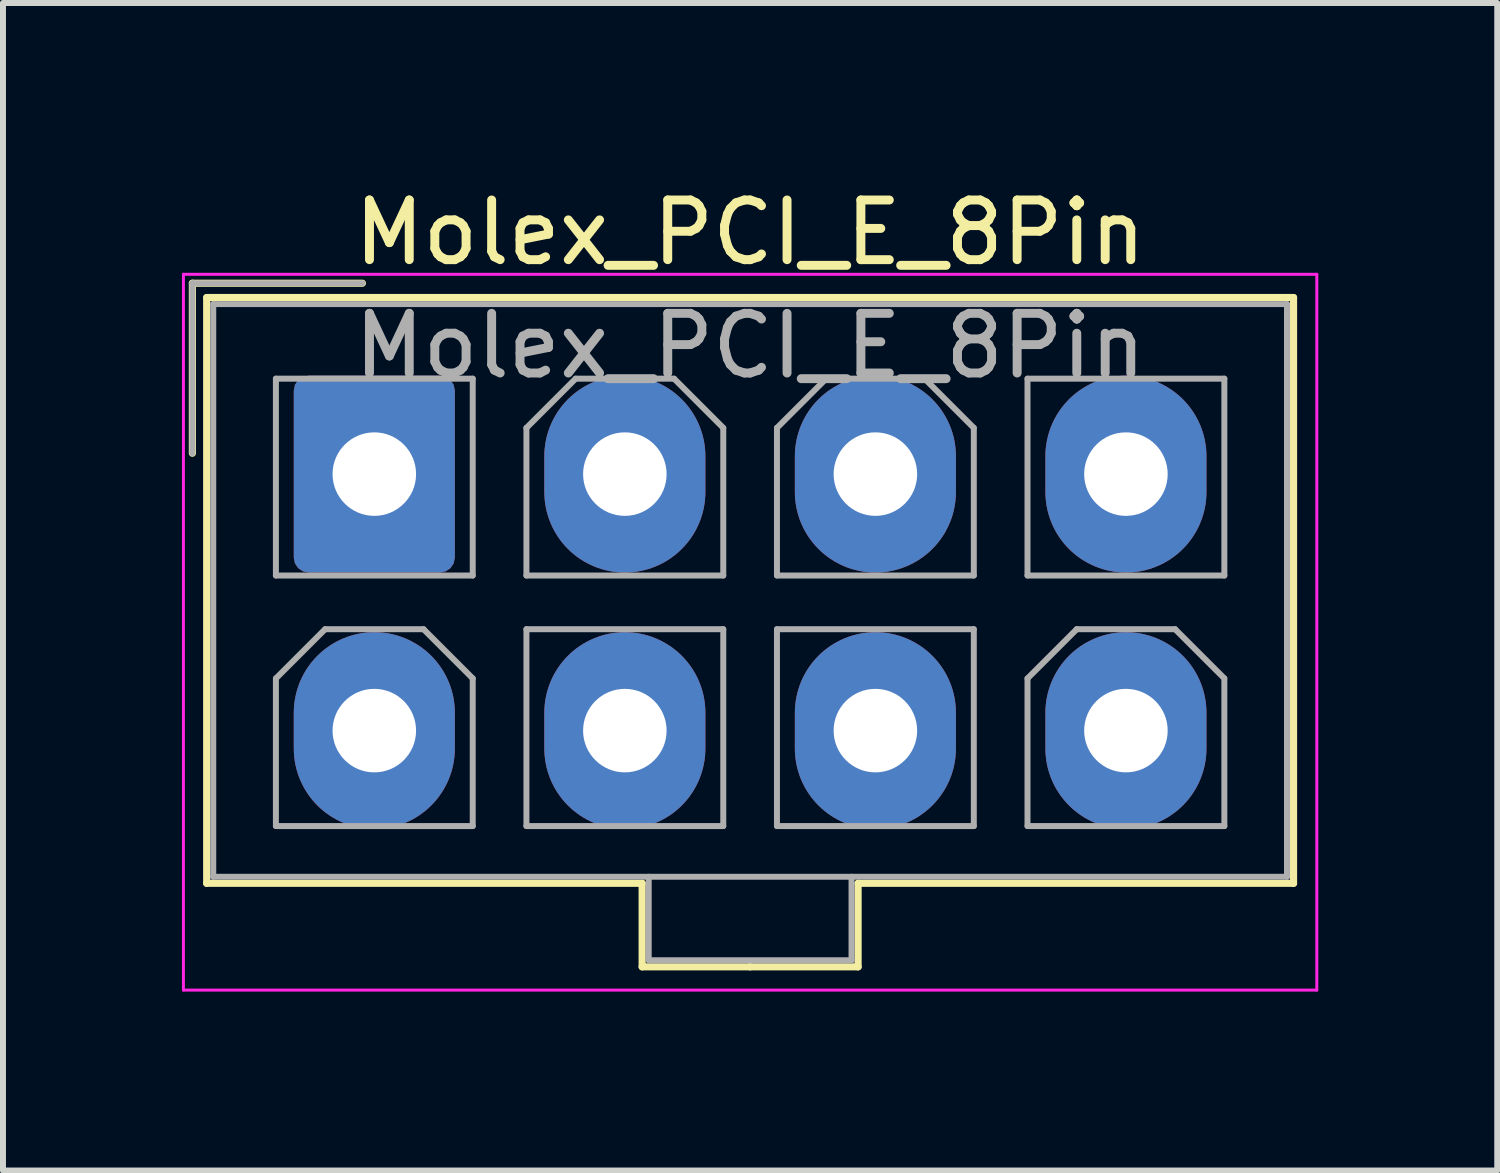
<source format=kicad_pcb>
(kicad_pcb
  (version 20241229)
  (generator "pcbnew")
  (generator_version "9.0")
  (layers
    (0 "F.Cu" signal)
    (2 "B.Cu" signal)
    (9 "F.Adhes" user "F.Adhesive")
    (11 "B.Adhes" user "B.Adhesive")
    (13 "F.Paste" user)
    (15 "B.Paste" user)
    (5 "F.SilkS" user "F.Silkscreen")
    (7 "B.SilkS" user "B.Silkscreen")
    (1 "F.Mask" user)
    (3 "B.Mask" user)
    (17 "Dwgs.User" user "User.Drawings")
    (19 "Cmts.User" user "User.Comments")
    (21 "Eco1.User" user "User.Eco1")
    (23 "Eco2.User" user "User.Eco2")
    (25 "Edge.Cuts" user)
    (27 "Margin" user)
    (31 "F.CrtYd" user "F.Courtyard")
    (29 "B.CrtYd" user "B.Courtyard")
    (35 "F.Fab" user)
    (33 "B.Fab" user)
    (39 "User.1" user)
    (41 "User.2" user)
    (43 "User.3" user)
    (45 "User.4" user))
  (footprint "Molex_PCI_E_8Pin"
    (layer "F.Cu")
    (at 3.225 4.298)
    (property "Reference" "Molex_PCI_E_8Pin" (at 6.3 -3.45 0) (layer "F.SilkS") (effects (font (size 1 1) (thickness 0.15))))
    (attr through_hole)
    (fp_line (start -3.05 -2.6) (end -3.05 0.25) (stroke (width 0.12) (type solid)) (layer "F.SilkS"))
    (fp_line (start -2.81 -2.36) (end -2.81 7.46) (stroke (width 0.12) (type solid)) (layer "F.SilkS"))
    (fp_line (start -2.81 7.46) (end 4.49 7.46) (stroke (width 0.12) (type solid)) (layer "F.SilkS"))
    (fp_line (start -0.2 -2.6) (end -3.05 -2.6) (stroke (width 0.12) (type solid)) (layer "F.SilkS"))
    (fp_line (start 4.49 7.46) (end 4.49 8.86) (stroke (width 0.12) (type solid)) (layer "F.SilkS"))
    (fp_line (start 4.49 8.86) (end 6.3 8.86) (stroke (width 0.12) (type solid)) (layer "F.SilkS"))
    (fp_line (start 6.3 -2.36) (end -2.81 -2.36) (stroke (width 0.12) (type solid)) (layer "F.SilkS"))
    (fp_line (start 6.3 -2.36) (end 15.41 -2.36) (stroke (width 0.12) (type solid)) (layer "F.SilkS"))
    (fp_line (start 8.11 7.46) (end 8.11 8.86) (stroke (width 0.12) (type solid)) (layer "F.SilkS"))
    (fp_line (start 8.11 8.86) (end 6.3 8.86) (stroke (width 0.12) (type solid)) (layer "F.SilkS"))
    (fp_line (start 15.41 -2.36) (end 15.41 7.46) (stroke (width 0.12) (type solid)) (layer "F.SilkS"))
    (fp_line (start 15.41 7.46) (end 8.11 7.46) (stroke (width 0.12) (type solid)) (layer "F.SilkS"))
    (fp_line (start -3.2 -2.75) (end -3.2 9.25) (stroke (width 0.05) (type solid)) (layer "F.CrtYd"))
    (fp_line (start -3.2 9.25) (end 15.8 9.25) (stroke (width 0.05) (type solid)) (layer "F.CrtYd"))
    (fp_line (start 15.8 -2.75) (end -3.2 -2.75) (stroke (width 0.05) (type solid)) (layer "F.CrtYd"))
    (fp_line (start 15.8 9.25) (end 15.8 -2.75) (stroke (width 0.05) (type solid)) (layer "F.CrtYd"))
    (fp_line (start -3.05 -2.6) (end -3.05 0.25) (stroke (width 0.1) (type solid)) (layer "F.Fab"))
    (fp_line (start -2.7 -2.25) (end -2.7 7.35) (stroke (width 0.1) (type solid)) (layer "F.Fab"))
    (fp_line (start -2.7 7.35) (end 15.3 7.35) (stroke (width 0.1) (type solid)) (layer "F.Fab"))
    (fp_line (start -1.65 -1) (end -1.65 2.3) (stroke (width 0.1) (type solid)) (layer "F.Fab"))
    (fp_line (start -1.65 2.3) (end 1.65 2.3) (stroke (width 0.1) (type solid)) (layer "F.Fab"))
    (fp_line (start -1.65 4.025) (end -0.825 3.2) (stroke (width 0.1) (type solid)) (layer "F.Fab"))
    (fp_line (start -1.65 6.5) (end -1.65 4.025) (stroke (width 0.1) (type solid)) (layer "F.Fab"))
    (fp_line (start -0.825 3.2) (end 0.825 3.2) (stroke (width 0.1) (type solid)) (layer "F.Fab"))
    (fp_line (start -0.2 -2.6) (end -3.05 -2.6) (stroke (width 0.1) (type solid)) (layer "F.Fab"))
    (fp_line (start 0.825 3.2) (end 1.65 4.025) (stroke (width 0.1) (type solid)) (layer "F.Fab"))
    (fp_line (start 1.65 -1) (end -1.65 -1) (stroke (width 0.1) (type solid)) (layer "F.Fab"))
    (fp_line (start 1.65 2.3) (end 1.65 -1) (stroke (width 0.1) (type solid)) (layer "F.Fab"))
    (fp_line (start 1.65 4.025) (end 1.65 6.5) (stroke (width 0.1) (type solid)) (layer "F.Fab"))
    (fp_line (start 1.65 6.5) (end -1.65 6.5) (stroke (width 0.1) (type solid)) (layer "F.Fab"))
    (fp_line (start 2.55 -0.175) (end 3.375 -1) (stroke (width 0.1) (type solid)) (layer "F.Fab"))
    (fp_line (start 2.55 2.3) (end 2.55 -0.175) (stroke (width 0.1) (type solid)) (layer "F.Fab"))
    (fp_line (start 2.55 3.2) (end 2.55 6.5) (stroke (width 0.1) (type solid)) (layer "F.Fab"))
    (fp_line (start 2.55 6.5) (end 5.85 6.5) (stroke (width 0.1) (type solid)) (layer "F.Fab"))
    (fp_line (start 3.375 -1) (end 5.025 -1) (stroke (width 0.1) (type solid)) (layer "F.Fab"))
    (fp_line (start 4.6 7.35) (end 4.6 8.75) (stroke (width 0.1) (type solid)) (layer "F.Fab"))
    (fp_line (start 4.6 8.75) (end 8 8.75) (stroke (width 0.1) (type solid)) (layer "F.Fab"))
    (fp_line (start 5.025 -1) (end 5.85 -0.175) (stroke (width 0.1) (type solid)) (layer "F.Fab"))
    (fp_line (start 5.85 -0.175) (end 5.85 2.3) (stroke (width 0.1) (type solid)) (layer "F.Fab"))
    (fp_line (start 5.85 2.3) (end 2.55 2.3) (stroke (width 0.1) (type solid)) (layer "F.Fab"))
    (fp_line (start 5.85 3.2) (end 2.55 3.2) (stroke (width 0.1) (type solid)) (layer "F.Fab"))
    (fp_line (start 5.85 6.5) (end 5.85 3.2) (stroke (width 0.1) (type solid)) (layer "F.Fab"))
    (fp_line (start 6.75 -0.175) (end 7.575 -1) (stroke (width 0.1) (type solid)) (layer "F.Fab"))
    (fp_line (start 6.75 2.3) (end 6.75 -0.175) (stroke (width 0.1) (type solid)) (layer "F.Fab"))
    (fp_line (start 6.75 3.2) (end 6.75 6.5) (stroke (width 0.1) (type solid)) (layer "F.Fab"))
    (fp_line (start 6.75 6.5) (end 10.05 6.5) (stroke (width 0.1) (type solid)) (layer "F.Fab"))
    (fp_line (start 7.575 -1) (end 9.225 -1) (stroke (width 0.1) (type solid)) (layer "F.Fab"))
    (fp_line (start 8 8.75) (end 8 7.35) (stroke (width 0.1) (type solid)) (layer "F.Fab"))
    (fp_line (start 9.225 -1) (end 10.05 -0.175) (stroke (width 0.1) (type solid)) (layer "F.Fab"))
    (fp_line (start 10.05 -0.175) (end 10.05 2.3) (stroke (width 0.1) (type solid)) (layer "F.Fab"))
    (fp_line (start 10.05 2.3) (end 6.75 2.3) (stroke (width 0.1) (type solid)) (layer "F.Fab"))
    (fp_line (start 10.05 3.2) (end 6.75 3.2) (stroke (width 0.1) (type solid)) (layer "F.Fab"))
    (fp_line (start 10.05 6.5) (end 10.05 3.2) (stroke (width 0.1) (type solid)) (layer "F.Fab"))
    (fp_line (start 10.95 -1) (end 10.95 2.3) (stroke (width 0.1) (type solid)) (layer "F.Fab"))
    (fp_line (start 10.95 2.3) (end 14.25 2.3) (stroke (width 0.1) (type solid)) (layer "F.Fab"))
    (fp_line (start 10.95 4.025) (end 11.775 3.2) (stroke (width 0.1) (type solid)) (layer "F.Fab"))
    (fp_line (start 10.95 6.5) (end 10.95 4.025) (stroke (width 0.1) (type solid)) (layer "F.Fab"))
    (fp_line (start 11.775 3.2) (end 13.425 3.2) (stroke (width 0.1) (type solid)) (layer "F.Fab"))
    (fp_line (start 13.425 3.2) (end 14.25 4.025) (stroke (width 0.1) (type solid)) (layer "F.Fab"))
    (fp_line (start 14.25 -1) (end 10.95 -1) (stroke (width 0.1) (type solid)) (layer "F.Fab"))
    (fp_line (start 14.25 2.3) (end 14.25 -1) (stroke (width 0.1) (type solid)) (layer "F.Fab"))
    (fp_line (start 14.25 4.025) (end 14.25 6.5) (stroke (width 0.1) (type solid)) (layer "F.Fab"))
    (fp_line (start 14.25 6.5) (end 10.95 6.5) (stroke (width 0.1) (type solid)) (layer "F.Fab"))
    (fp_line (start 15.3 -2.25) (end -2.7 -2.25) (stroke (width 0.1) (type solid)) (layer "F.Fab"))
    (fp_line (start 15.3 7.35) (end 15.3 -2.25) (stroke (width 0.1) (type solid)) (layer "F.Fab"))
    (fp_text user "${REFERENCE}" (at 6.3 -1.55 0) (layer "F.Fab") (effects (font (size 1 1) (thickness 0.15))))
    (pad "1" thru_hole roundrect (at 0 0.6) (size 2.7 3.3) (drill 1.4) (layers "*.Cu" "*.Mask") (roundrect_rratio 0.093))
    (pad "2" thru_hole oval (at 4.2 0.6) (size 2.7 3.3) (drill 1.4) (layers "*.Cu" "*.Mask"))
    (pad "3" thru_hole oval (at 8.4 0.6) (size 2.7 3.3) (drill 1.4) (layers "*.Cu" "*.Mask"))
    (pad "4" thru_hole oval (at 12.6 0.6) (size 2.7 3.3) (drill 1.4) (layers "*.Cu" "*.Mask"))
    (pad "5" thru_hole oval (at 0 4.9) (size 2.7 3.3) (drill 1.4) (layers "*.Cu" "*.Mask"))
    (pad "6" thru_hole oval (at 4.2 4.9) (size 2.7 3.3) (drill 1.4) (layers "*.Cu" "*.Mask"))
    (pad "7" thru_hole oval (at 8.4 4.9) (size 2.7 3.3) (drill 1.4) (layers "*.Cu" "*.Mask"))
    (pad "8" thru_hole oval (at 12.6 4.9) (size 2.7 3.3) (drill 1.4) (layers "*.Cu" "*.Mask")))
  (gr_rect
    (start -3 -3)
    (end 22.05 16.573)
    (stroke (width 0.1) (type default))
    (fill no)
    (layer "Edge.Cuts")))
</source>
